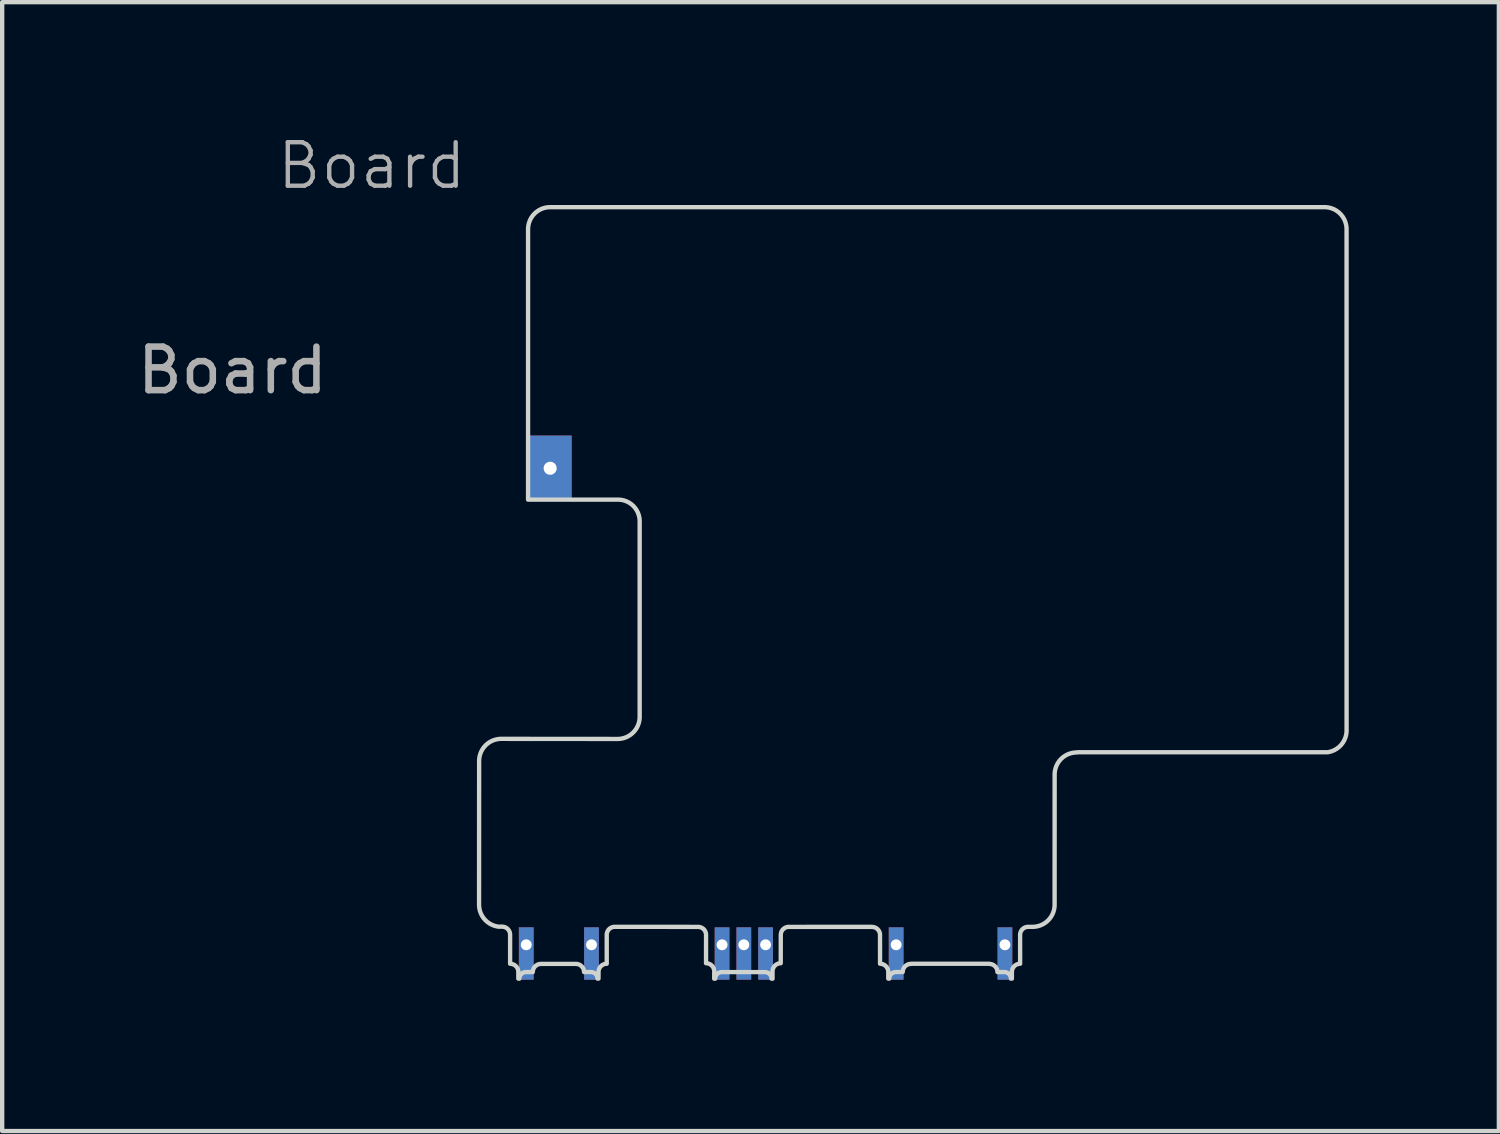
<source format=kicad_pcb>
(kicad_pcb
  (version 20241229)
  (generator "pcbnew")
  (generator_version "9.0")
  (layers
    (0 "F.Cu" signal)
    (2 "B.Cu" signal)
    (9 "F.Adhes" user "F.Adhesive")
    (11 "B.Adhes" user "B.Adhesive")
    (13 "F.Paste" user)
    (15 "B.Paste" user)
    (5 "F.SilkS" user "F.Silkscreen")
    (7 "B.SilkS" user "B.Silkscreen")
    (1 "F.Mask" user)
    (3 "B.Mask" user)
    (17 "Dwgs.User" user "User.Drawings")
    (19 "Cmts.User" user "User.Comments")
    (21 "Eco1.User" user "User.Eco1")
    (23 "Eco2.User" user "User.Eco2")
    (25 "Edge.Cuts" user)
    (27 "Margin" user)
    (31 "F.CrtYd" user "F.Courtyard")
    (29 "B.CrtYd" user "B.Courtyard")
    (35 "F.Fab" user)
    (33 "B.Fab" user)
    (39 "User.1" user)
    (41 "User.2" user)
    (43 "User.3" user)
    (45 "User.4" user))
  (footprint "Board"
    (layer "F.Cu")
    (at 7.992 1.71)
    (property "Reference" "Board" (at -2.5 -0.95 0) (unlocked yes) (layer "F.Fab") (effects (font (size 1 1) (thickness 0.1))))
    (attr smd exclude_from_pos_files exclude_from_bom dnp)
    (fp_poly (pts (xy 13.729 12.525) (arc (start 13.700239 12.530132) (mid 13.34102 12.678904) (end 13.192232 13.037956)) (arc (start 13.191382 16.029244) (mid 13.049885 16.380858) (end 12.702764 16.536712)) (arc (start 12.581243 16.537672) (mid 12.452587 16.591418) (end 12.398363 16.722191)) (arc (start 12.399052 17.385783) (mid 12.265915 17.440345) (end 12.210282 17.5739)) (xy 12.21 17.727) (arc (start 12.187218 17.72731) (mid 12.142803 17.620743) (end 12.0358 17.57648)) (arc (start 11.878028 17.57648) (mid 11.822263 17.443464) (end 11.6896 17.38887)) (xy 11.69 17.386) (xy 9.902 17.386) (arc (start 9.892141 17.38887) (mid 9.756893 17.443424) (end 9.701251 17.57643)) (arc (start 9.53926 17.57643) (mid 9.436355 17.620675) (end 9.392077 17.72727)) (xy 9.369 17.727) (arc (start 9.368872 17.568278) (mid 9.313217 17.440317) (end 9.180102 17.385739)) (arc (start 9.179354 16.716406) (mid 9.125178 16.593122) (end 8.994962 16.539394)) (xy 8.995 16.538) (arc (start 7.093993 16.538321) (mid 6.95344 16.59175) (end 6.899222 16.721969)) (arc (start 6.898052 17.373582) (mid 6.764944 17.428174) (end 6.709291 17.563754)) (xy 6.71 17.729) (arc (start 6.686698 17.72854) (mid 6.642306 17.621975) (end 6.53528 17.5777)) (arc (start 5.540159 17.577829) (mid 5.436766 17.622078) (end 5.392488 17.72867)) (xy 5.369 17.729) (arc (start 5.369744 17.579612) (mid 5.31477 17.428115) (end 5.181642 17.373532)) (arc (start 5.182011 16.724372) (mid 5.128096 16.59181) (end 4.998846 16.53837)) (arc (start 3.084146 16.53685) (mid 2.953809 16.59064) (end 2.899552 16.721403)) (arc (start 2.899922 17.385654) (mid 2.766786 17.440231) (end 2.711152 17.5738)) (xy 2.711 17.727) (arc (start 2.688029 17.72721) (mid 2.643664 17.620631) (end 2.5367 17.57637)) (arc (start 2.378829 17.57637) (mid 2.323227 17.443469) (end 2.189992 17.38877)) (arc (start 1.392801 17.38909) (mid 1.256486 17.443631) (end 1.200853 17.57666)) (arc (start 1.04283 17.57666) (mid 0.935954 17.620917) (end 0.891675 17.72749)) (xy 0.868 17.727) (arc (start 0.868472 17.568006) (mid 0.812871 17.440514) (end 0.679702 17.385968)) (arc (start 0.679294 16.721223) (mid 0.625012 16.58743) (end 0.49477 16.533631)) (xy 0.495 16.533) (arc (start 0.41496 16.533472) (mid 0.094501 16.366121) (end -0.033855 16.020366)) (arc (start -0.032437 12.723022) (mid 0.115994 12.367336) (end 0.481663 12.217676)) (arc (start 3.143438 12.219996) (mid 3.507733 12.071217) (end 3.656522 11.712)) (arc (start 3.656522 7.23027) (mid 3.503208 6.8589) (end 3.14848 6.721)) (xy 1.092 6.721) (arc (start 1.092002 0.507998) (mid 1.240792 0.14879) (end 1.6 0)) (arc (start 19.3919 0) (mid 19.751209 0.148786) (end 19.899996 0.497892)) (arc (start 19.900622 12.021972) (mid 19.75183 12.381221) (end 19.462096 12.525245))) (stroke (width 0.1) (type solid)) (fill no) (layer "Edge.Cuts"))
    (fp_text user "${REFERENCE}" (at -5.7 3.75 0) (unlocked yes) (layer "F.Fab") (effects (font (size 1 1) (thickness 0.15))))
    (pad "0" thru_hole rect (at 1.6 6 90) (size 1.503 0.986) (drill 0.3) (property pad_prop_castellated) (layers "*.Cu" "*.Mask"))
    (pad "1" thru_hole rect (at 1.05 16.95 90) (size 1.202 0.338) (drill 0.25 (offset -0.2 0)) (property pad_prop_castellated) (layers "*.Cu" "*.Mask"))
    (pad "2" thru_hole rect (at 2.55 16.95 90) (size 1.202 0.338) (drill 0.25 (offset -0.2 0)) (property pad_prop_castellated) (layers "*.Cu" "*.Mask"))
    (pad "3" thru_hole rect (at 5.55 16.95 90) (size 1.202 0.338) (drill 0.25 (offset -0.2 0)) (property pad_prop_castellated) (layers "*.Cu" "*.Mask"))
    (pad "4" thru_hole rect (at 6.05 16.95 90) (size 1.202 0.338) (drill 0.25 (offset -0.2 0)) (property pad_prop_castellated) (layers "*.Cu" "*.Mask"))
    (pad "5" thru_hole rect (at 6.55 16.95 90) (size 1.202 0.338) (drill 0.25 (offset -0.2 0)) (property pad_prop_castellated) (layers "*.Cu" "*.Mask"))
    (pad "6" thru_hole rect (at 9.55 16.95 90) (size 1.202 0.338) (drill 0.25 (offset -0.2 0)) (property pad_prop_castellated) (layers "*.Cu" "*.Mask"))
    (pad "7" thru_hole rect (at 12.05 16.95 90) (size 1.202 0.338) (drill 0.25 (offset -0.2 0)) (property pad_prop_castellated) (layers "*.Cu" "*.Mask"))
    (zone (net_name "") (layer "F.CrtYd") (hatch edge 0.5) (connect_pads) (min_thickness 0.25) (filled_areas_thickness no) (keepout (tracks not_allowed) (vias not_allowed) (pads not_allowed) (copperpour allowed) (footprints allowed)) (placement (enabled no)) (fill) (polygon (pts (xy 27.39 1.211) (xy 27.42 1.211) (xy 27.473 1.214) (xy 27.534 1.222) (xy 27.592 1.232) (xy 27.651 1.247) (xy 27.708 1.264) (xy 27.765 1.285) (xy 27.819 1.31) (xy 27.873 1.337) (xy 27.924 1.368) (xy 27.975 1.402) (xy 28.022 1.438) (xy 28.068 1.478) (xy 28.11 1.52) (xy 28.151 1.565) (xy 28.188 1.611) (xy 28.223 1.661) (xy 28.255 1.711) (xy 28.284 1.765) (xy 28.309 1.818) (xy 28.331 1.875) (xy 28.35 1.931) (xy 28.366 1.99) (xy 28.377 2.048) (xy 28.386 2.109) (xy 28.39 2.161) (xy 28.391 2.192) (xy 28.392 2.208) (xy 28.392 13.732) (xy 28.392 13.739) (xy 28.392 13.769) (xy 28.388 13.822) (xy 28.381 13.883) (xy 28.37 13.941) (xy 28.356 14) (xy 28.339 14.057) (xy 28.317 14.114) (xy 28.293 14.169) (xy 28.265 14.223) (xy 28.235 14.274) (xy 28.2 14.324) (xy 28.164 14.372) (xy 28.124 14.417) (xy 28.082 14.46) (xy 28.037 14.501) (xy 27.991 14.538) (xy 27.941 14.573) (xy 27.89 14.604) (xy 27.837 14.633) (xy 27.783 14.659) (xy 27.726 14.681) (xy 27.669 14.699) (xy 27.611 14.715) (xy 27.559 14.726) (xy 27.529 14.73) (xy 27.454 14.736) (xy 21.751 14.736) (xy 21.699 14.741) (xy 21.695 14.741) (xy 21.691 14.741) (xy 21.69 14.741) (xy 21.689 14.742) (xy 21.688 14.742) (xy 21.687 14.743) (xy 21.687 14.743) (xy 21.686 14.744) (xy 21.685 14.745) (xy 21.685 14.745) (xy 21.685 14.746) (xy 21.684 14.747) (xy 21.684 14.752) (xy 21.684 14.752) (xy 21.683 17.74) (xy 21.683 17.746) (xy 21.683 17.776) (xy 21.679 17.829) (xy 21.672 17.888) (xy 21.662 17.946) (xy 21.648 18.004) (xy 21.631 18.061) (xy 21.61 18.117) (xy 21.586 18.171) (xy 21.559 18.224) (xy 21.529 18.275) (xy 21.496 18.325) (xy 21.46 18.372) (xy 21.421 18.417) (xy 21.38 18.46) (xy 21.336 18.5) (xy 21.291 18.538) (xy 21.242 18.573) (xy 21.193 18.605) (xy 21.14 18.634) (xy 21.087 18.659) (xy 21.032 18.682) (xy 20.976 18.702) (xy 20.919 18.718) (xy 20.89 18.724) (xy 20.891 19.096) (xy 20.871 19.237) (xy 20.812 19.366) (xy 20.719 19.474) (xy 20.695 19.489) (xy 20.682 19.579) (xy 20.623 19.708) (xy 20.529 19.816) (xy 20.41 19.893) (xy 20.273 19.933) (xy 20.202 19.938) (xy 20.179 19.938) (xy 20.038 19.918) (xy 19.909 19.858) (xy 19.817 19.779) (xy 19.729 19.767) (xy 19.599 19.708) (xy 19.492 19.614) (xy 19.48 19.596) (xy 18.08 19.596) (xy 18.014 19.671) (xy 17.892 19.745) (xy 17.755 19.783) (xy 17.738 19.784) (xy 17.705 19.821) (xy 17.584 19.896) (xy 17.446 19.934) (xy 17.384 19.938) (xy 17.361 19.938) (xy 17.22 19.918) (xy 17.09 19.858) (xy 16.983 19.765) (xy 16.906 19.645) (xy 16.866 19.509) (xy 16.864 19.485) (xy 16.789 19.418) (xy 16.714 19.298) (xy 16.676 19.161) (xy 16.672 19.097) (xy 16.671 18.749) (xy 15.39 18.749) (xy 15.39 19.085) (xy 15.369 19.226) (xy 15.31 19.355) (xy 15.216 19.463) (xy 15.196 19.476) (xy 15.182 19.578) (xy 15.123 19.708) (xy 15.03 19.816) (xy 14.911 19.893) (xy 14.774 19.934) (xy 14.701 19.939) (xy 14.678 19.939) (xy 14.537 19.919) (xy 14.408 19.86) (xy 14.326 19.788) (xy 13.736 19.788) (xy 13.705 19.823) (xy 13.584 19.897) (xy 13.447 19.935) (xy 13.384 19.939) (xy 13.361 19.939) (xy 13.22 19.919) (xy 13.09 19.86) (xy 12.983 19.766) (xy 12.906 19.647) (xy 12.866 19.51) (xy 12.863 19.471) (xy 12.791 19.407) (xy 12.716 19.286) (xy 12.678 19.149) (xy 12.673 19.084) (xy 12.673 18.749) (xy 11.391 18.748) (xy 11.392 19.096) (xy 11.371 19.237) (xy 11.312 19.366) (xy 11.219 19.474) (xy 11.195 19.489) (xy 11.183 19.579) (xy 11.123 19.708) (xy 11.03 19.816) (xy 10.911 19.893) (xy 10.774 19.933) (xy 10.703 19.938) (xy 10.68 19.938) (xy 10.539 19.917) (xy 10.409 19.858) (xy 10.318 19.779) (xy 10.23 19.767) (xy 10.1 19.707) (xy 9.993 19.614) (xy 9.983 19.599) (xy 9.577 19.6) (xy 9.513 19.671) (xy 9.392 19.746) (xy 9.255 19.783) (xy 9.237 19.784) (xy 9.204 19.821) (xy 9.083 19.896) (xy 8.946 19.934) (xy 8.883 19.938) (xy 8.86 19.938) (xy 8.719 19.918) (xy 8.59 19.859) (xy 8.482 19.765) (xy 8.405 19.646) (xy 8.365 19.509) (xy 8.364 19.485) (xy 8.289 19.419) (xy 8.214 19.298) (xy 8.176 19.161) (xy 8.171 19.097) (xy 8.171 18.703) (xy 8.138 18.693) (xy 8.08 18.67) (xy 8.024 18.645) (xy 7.969 18.616) (xy 7.917 18.584) (xy 7.865 18.549) (xy 7.817 18.511) (xy 7.771 18.47) (xy 7.728 18.426) (xy 7.687 18.379) (xy 7.65 18.331) (xy 7.615 18.279) (xy 7.584 18.227) (xy 7.555 18.171) (xy 7.531 18.115) (xy 7.509 18.057) (xy 7.492 17.998) (xy 7.477 17.938) (xy 7.467 17.877) (xy 7.461 17.815) (xy 7.458 17.761) (xy 7.458 17.73) (xy 7.459 14.433) (xy 7.459 14.423) (xy 7.46 14.393) (xy 7.464 14.339) (xy 7.472 14.278) (xy 7.483 14.218) (xy 7.498 14.159) (xy 7.517 14.101) (xy 7.539 14.043) (xy 7.564 13.988) (xy 7.593 13.934) (xy 7.625 13.883) (xy 7.661 13.832) (xy 7.698 13.785) (xy 7.74 13.739) (xy 7.783 13.697) (xy 7.829 13.656) (xy 7.877 13.619) (xy 7.928 13.585) (xy 7.98 13.554) (xy 8.035 13.526) (xy 8.091 13.501) (xy 8.148 13.48) (xy 8.206 13.463) (xy 8.266 13.448) (xy 8.326 13.438) (xy 8.387 13.431) (xy 8.441 13.428) (xy 8.472 13.428) (xy 8.474 13.428) (xy 11.135 13.43) (xy 11.137 13.43) (xy 11.141 13.43) (xy 11.142 13.43) (xy 11.143 13.429) (xy 11.144 13.429) (xy 11.145 13.429) (xy 11.146 13.428) (xy 11.146 13.427) (xy 11.147 13.426) (xy 11.147 13.426) (xy 11.147 13.425) (xy 11.148 13.424) (xy 11.148 13.42) (xy 11.148 13.419) (xy 11.148 8.941) (xy 11.148 8.935) (xy 11.148 8.932) (xy 11.148 8.932) (xy 11.148 8.931) (xy 11.144 8.931) (xy 11.14 8.931) (xy 9.084 8.932) (xy 8.943 8.912) (xy 8.813 8.852) (xy 8.706 8.759) (xy 8.629 8.64) (xy 8.589 8.503) (xy 8.584 8.432) (xy 8.584 2.218) (xy 8.584 2.212) (xy 8.584 2.181) (xy 8.588 2.128) (xy 8.595 2.067) (xy 8.606 2.007) (xy 8.621 1.948) (xy 8.639 1.89) (xy 8.66 1.832) (xy 8.685 1.777) (xy 8.714 1.723) (xy 8.745 1.671) (xy 8.78 1.621) (xy 8.817 1.573) (xy 8.858 1.527) (xy 8.901 1.485) (xy 8.946 1.444) (xy 8.994 1.407) (xy 9.045 1.372) (xy 9.096 1.341) (xy 9.151 1.312) (xy 9.206 1.287) (xy 9.263 1.266) (xy 9.321 1.248) (xy 9.38 1.233) (xy 9.44 1.222) (xy 9.501 1.215) (xy 9.554 1.211) (xy 9.585 1.211) (xy 9.592 1.21) (xy 27.384 1.21)))))
  (gr_rect
    (start -3 -3)
    (end 31.392 22.939)
    (stroke (width 0.1) (type default))
    (fill no)
    (layer "Edge.Cuts")))
</source>
